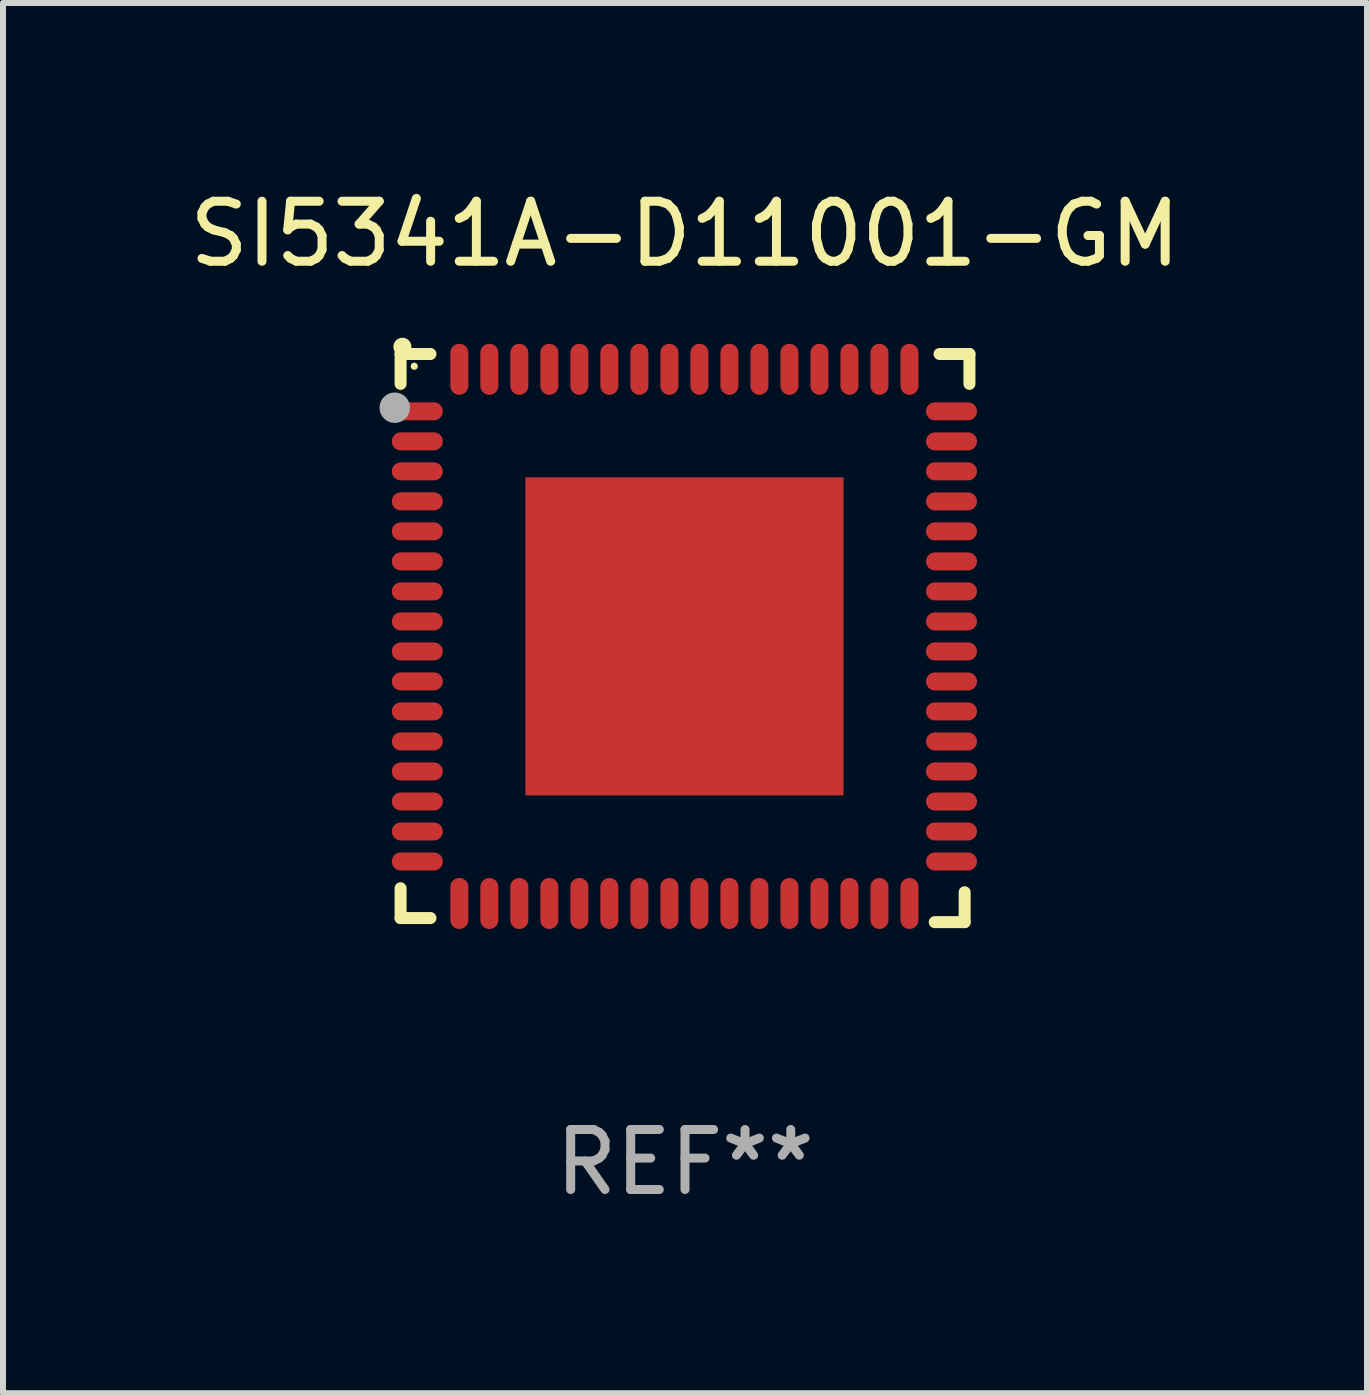
<source format=kicad_pcb>
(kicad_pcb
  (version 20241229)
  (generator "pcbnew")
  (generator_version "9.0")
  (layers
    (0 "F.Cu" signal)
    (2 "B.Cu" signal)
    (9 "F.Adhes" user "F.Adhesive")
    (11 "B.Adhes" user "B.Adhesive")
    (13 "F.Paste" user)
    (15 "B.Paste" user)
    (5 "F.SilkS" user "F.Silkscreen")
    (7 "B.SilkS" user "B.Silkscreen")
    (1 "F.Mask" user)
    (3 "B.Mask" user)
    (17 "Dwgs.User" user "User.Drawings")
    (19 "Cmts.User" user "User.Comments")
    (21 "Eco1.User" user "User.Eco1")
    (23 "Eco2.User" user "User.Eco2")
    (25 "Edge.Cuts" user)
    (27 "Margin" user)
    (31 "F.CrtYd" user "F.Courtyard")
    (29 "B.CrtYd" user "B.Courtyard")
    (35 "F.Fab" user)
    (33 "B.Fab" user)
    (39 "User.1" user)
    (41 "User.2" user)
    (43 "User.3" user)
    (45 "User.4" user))
  (footprint "SI5341A-D11001-GM"
    (layer "F.Cu")
    (at 8.363 7.581)
    (property "Reference" "SI5341A-D11001-GM" (at 0 -6.733 0) (layer "F.SilkS") (effects (font (size 1 1) (thickness 0.15))))
    (attr through_hole)
    (fp_line (start -4.739 -4.733) (end -4.241 -4.733) (stroke (width 0.2) (type solid)) (layer "F.SilkS"))
    (fp_line (start -4.739 -4.235) (end -4.739 -4.733) (stroke (width 0.2) (type solid)) (layer "F.SilkS"))
    (fp_line (start -4.739 4.168) (end -4.739 4.665) (stroke (width 0.2) (type solid)) (layer "F.SilkS"))
    (fp_line (start -4.739 4.665) (end -4.241 4.665) (stroke (width 0.2) (type solid)) (layer "F.SilkS"))
    (fp_line (start 4.161 4.733) (end 4.659 4.733) (stroke (width 0.2) (type solid)) (layer "F.SilkS"))
    (fp_line (start 4.241 -4.733) (end 4.739 -4.733) (stroke (width 0.2) (type solid)) (layer "F.SilkS"))
    (fp_line (start 4.659 4.733) (end 4.659 4.235) (stroke (width 0.2) (type solid)) (layer "F.SilkS"))
    (fp_line (start 4.739 -4.733) (end 4.739 -4.235) (stroke (width 0.2) (type solid)) (layer "F.SilkS"))
    (fp_arc (start -4.708623 -4.85108) (mid -4.708628 -4.85235) (end -4.708623 -4.85362) (stroke (width 0.3) (type solid)) (layer "F.SilkS"))
    (fp_circle (center -4.511 -4.529) (end -4.481 -4.529) (stroke (width 0.06) (type solid)) (fill no) (layer "F.SilkS"))
    (fp_circle (center -4.836 -3.838) (end -4.709 -3.838) (stroke (width 0.254) (type solid)) (fill no) (layer "F.Fab"))
    (fp_text user "REF**" (at 0 8.733 0) (layer "F.Fab") (effects (font (size 1 1) (thickness 0.15))))
    (pad "1" smd oval (at -4.46 -3.778) (size 0.85 0.3) (layers "F.Cu" "F.Mask" "F.Paste"))
    (pad "2" smd oval (at -4.46 -3.278) (size 0.85 0.3) (layers "F.Cu" "F.Mask" "F.Paste"))
    (pad "3" smd oval (at -4.46 -2.778) (size 0.85 0.3) (layers "F.Cu" "F.Mask" "F.Paste"))
    (pad "4" smd oval (at -4.46 -2.278) (size 0.85 0.3) (layers "F.Cu" "F.Mask" "F.Paste"))
    (pad "5" smd oval (at -4.46 -1.778) (size 0.85 0.3) (layers "F.Cu" "F.Mask" "F.Paste"))
    (pad "6" smd oval (at -4.46 -1.278) (size 0.85 0.3) (layers "F.Cu" "F.Mask" "F.Paste"))
    (pad "7" smd oval (at -4.46 -0.778) (size 0.85 0.3) (layers "F.Cu" "F.Mask" "F.Paste"))
    (pad "8" smd oval (at -4.46 -0.278) (size 0.85 0.3) (layers "F.Cu" "F.Mask" "F.Paste"))
    (pad "9" smd oval (at -4.46 0.222) (size 0.85 0.3) (layers "F.Cu" "F.Mask" "F.Paste"))
    (pad "10" smd oval (at -4.46 0.722) (size 0.85 0.3) (layers "F.Cu" "F.Mask" "F.Paste"))
    (pad "11" smd oval (at -4.46 1.222) (size 0.85 0.3) (layers "F.Cu" "F.Mask" "F.Paste"))
    (pad "12" smd oval (at -4.46 1.722) (size 0.85 0.3) (layers "F.Cu" "F.Mask" "F.Paste"))
    (pad "13" smd oval (at -4.46 2.222) (size 0.85 0.3) (layers "F.Cu" "F.Mask" "F.Paste"))
    (pad "14" smd oval (at -4.46 2.722) (size 0.85 0.3) (layers "F.Cu" "F.Mask" "F.Paste"))
    (pad "15" smd oval (at -4.46 3.222) (size 0.85 0.3) (layers "F.Cu" "F.Mask" "F.Paste"))
    (pad "16" smd oval (at -4.46 3.722) (size 0.85 0.3) (layers "F.Cu" "F.Mask" "F.Paste"))
    (pad "17" smd oval (at -3.76 4.422) (size 0.3 0.85) (layers "F.Cu" "F.Mask" "F.Paste"))
    (pad "18" smd oval (at -3.26 4.422) (size 0.3 0.85) (layers "F.Cu" "F.Mask" "F.Paste"))
    (pad "19" smd oval (at -2.76 4.422) (size 0.3 0.85) (layers "F.Cu" "F.Mask" "F.Paste"))
    (pad "20" smd oval (at -2.26 4.422) (size 0.3 0.85) (layers "F.Cu" "F.Mask" "F.Paste"))
    (pad "21" smd oval (at -1.76 4.422) (size 0.3 0.85) (layers "F.Cu" "F.Mask" "F.Paste"))
    (pad "22" smd oval (at -1.26 4.422) (size 0.3 0.85) (layers "F.Cu" "F.Mask" "F.Paste"))
    (pad "23" smd oval (at -0.76 4.422) (size 0.3 0.85) (layers "F.Cu" "F.Mask" "F.Paste"))
    (pad "24" smd oval (at -0.26 4.422) (size 0.3 0.85) (layers "F.Cu" "F.Mask" "F.Paste"))
    (pad "25" smd oval (at 0.24 4.422) (size 0.3 0.85) (layers "F.Cu" "F.Mask" "F.Paste"))
    (pad "26" smd oval (at 0.74 4.422) (size 0.3 0.85) (layers "F.Cu" "F.Mask" "F.Paste"))
    (pad "27" smd oval (at 1.24 4.422) (size 0.3 0.85) (layers "F.Cu" "F.Mask" "F.Paste"))
    (pad "28" smd oval (at 1.74 4.422) (size 0.3 0.85) (layers "F.Cu" "F.Mask" "F.Paste"))
    (pad "29" smd oval (at 2.24 4.422) (size 0.3 0.85) (layers "F.Cu" "F.Mask" "F.Paste"))
    (pad "30" smd oval (at 2.74 4.422) (size 0.3 0.85) (layers "F.Cu" "F.Mask" "F.Paste"))
    (pad "31" smd oval (at 3.24 4.422) (size 0.3 0.85) (layers "F.Cu" "F.Mask" "F.Paste"))
    (pad "32" smd oval (at 3.74 4.422) (size 0.3 0.85) (layers "F.Cu" "F.Mask" "F.Paste"))
    (pad "33" smd oval (at 4.44 3.723) (size 0.85 0.3) (layers "F.Cu" "F.Mask" "F.Paste"))
    (pad "34" smd oval (at 4.44 3.222) (size 0.85 0.3) (layers "F.Cu" "F.Mask" "F.Paste"))
    (pad "35" smd oval (at 4.44 2.723) (size 0.85 0.3) (layers "F.Cu" "F.Mask" "F.Paste"))
    (pad "36" smd oval (at 4.44 2.222) (size 0.85 0.3) (layers "F.Cu" "F.Mask" "F.Paste"))
    (pad "37" smd oval (at 4.44 1.723) (size 0.85 0.3) (layers "F.Cu" "F.Mask" "F.Paste"))
    (pad "38" smd oval (at 4.44 1.222) (size 0.85 0.3) (layers "F.Cu" "F.Mask" "F.Paste"))
    (pad "39" smd oval (at 4.44 0.723) (size 0.85 0.3) (layers "F.Cu" "F.Mask" "F.Paste"))
    (pad "40" smd oval (at 4.44 0.222) (size 0.85 0.3) (layers "F.Cu" "F.Mask" "F.Paste"))
    (pad "41" smd oval (at 4.44 -0.277) (size 0.85 0.3) (layers "F.Cu" "F.Mask" "F.Paste"))
    (pad "42" smd oval (at 4.44 -0.778) (size 0.85 0.3) (layers "F.Cu" "F.Mask" "F.Paste"))
    (pad "43" smd oval (at 4.44 -1.277) (size 0.85 0.3) (layers "F.Cu" "F.Mask" "F.Paste"))
    (pad "44" smd oval (at 4.44 -1.778) (size 0.85 0.3) (layers "F.Cu" "F.Mask" "F.Paste"))
    (pad "45" smd oval (at 4.44 -2.277) (size 0.85 0.3) (layers "F.Cu" "F.Mask" "F.Paste"))
    (pad "46" smd oval (at 4.44 -2.778) (size 0.85 0.3) (layers "F.Cu" "F.Mask" "F.Paste"))
    (pad "47" smd oval (at 4.44 -3.277) (size 0.85 0.3) (layers "F.Cu" "F.Mask" "F.Paste"))
    (pad "48" smd oval (at 4.44 -3.778) (size 0.85 0.3) (layers "F.Cu" "F.Mask" "F.Paste"))
    (pad "49" smd oval (at 3.74 -4.478) (size 0.3 0.85) (layers "F.Cu" "F.Mask" "F.Paste"))
    (pad "50" smd oval (at 3.24 -4.478) (size 0.3 0.85) (layers "F.Cu" "F.Mask" "F.Paste"))
    (pad "51" smd oval (at 2.74 -4.478) (size 0.3 0.85) (layers "F.Cu" "F.Mask" "F.Paste"))
    (pad "52" smd oval (at 2.24 -4.478) (size 0.3 0.85) (layers "F.Cu" "F.Mask" "F.Paste"))
    (pad "53" smd oval (at 1.74 -4.478) (size 0.3 0.85) (layers "F.Cu" "F.Mask" "F.Paste"))
    (pad "54" smd oval (at 1.24 -4.478) (size 0.3 0.85) (layers "F.Cu" "F.Mask" "F.Paste"))
    (pad "55" smd oval (at 0.74 -4.478) (size 0.3 0.85) (layers "F.Cu" "F.Mask" "F.Paste"))
    (pad "56" smd oval (at 0.24 -4.478) (size 0.3 0.85) (layers "F.Cu" "F.Mask" "F.Paste"))
    (pad "57" smd oval (at -0.26 -4.478) (size 0.3 0.85) (layers "F.Cu" "F.Mask" "F.Paste"))
    (pad "58" smd oval (at -0.76 -4.478) (size 0.3 0.85) (layers "F.Cu" "F.Mask" "F.Paste"))
    (pad "59" smd oval (at -1.26 -4.478) (size 0.3 0.85) (layers "F.Cu" "F.Mask" "F.Paste"))
    (pad "60" smd oval (at -1.76 -4.478) (size 0.3 0.85) (layers "F.Cu" "F.Mask" "F.Paste"))
    (pad "61" smd oval (at -2.26 -4.478) (size 0.3 0.85) (layers "F.Cu" "F.Mask" "F.Paste"))
    (pad "62" smd oval (at -2.76 -4.478) (size 0.3 0.85) (layers "F.Cu" "F.Mask" "F.Paste"))
    (pad "63" smd oval (at -3.26 -4.478) (size 0.3 0.85) (layers "F.Cu" "F.Mask" "F.Paste"))
    (pad "64" smd oval (at -3.76 -4.478) (size 0.3 0.85) (layers "F.Cu" "F.Mask" "F.Paste"))
    (pad "65" smd rect (at -0.009 -0.028 90) (size 5.3 5.3) (layers "F.Cu" "F.Mask" "F.Paste")))
  (gr_rect
    (start -3 -3)
    (end 19.726 20.162)
    (stroke (width 0.1) (type default))
    (fill no)
    (layer "Edge.Cuts")))
</source>
